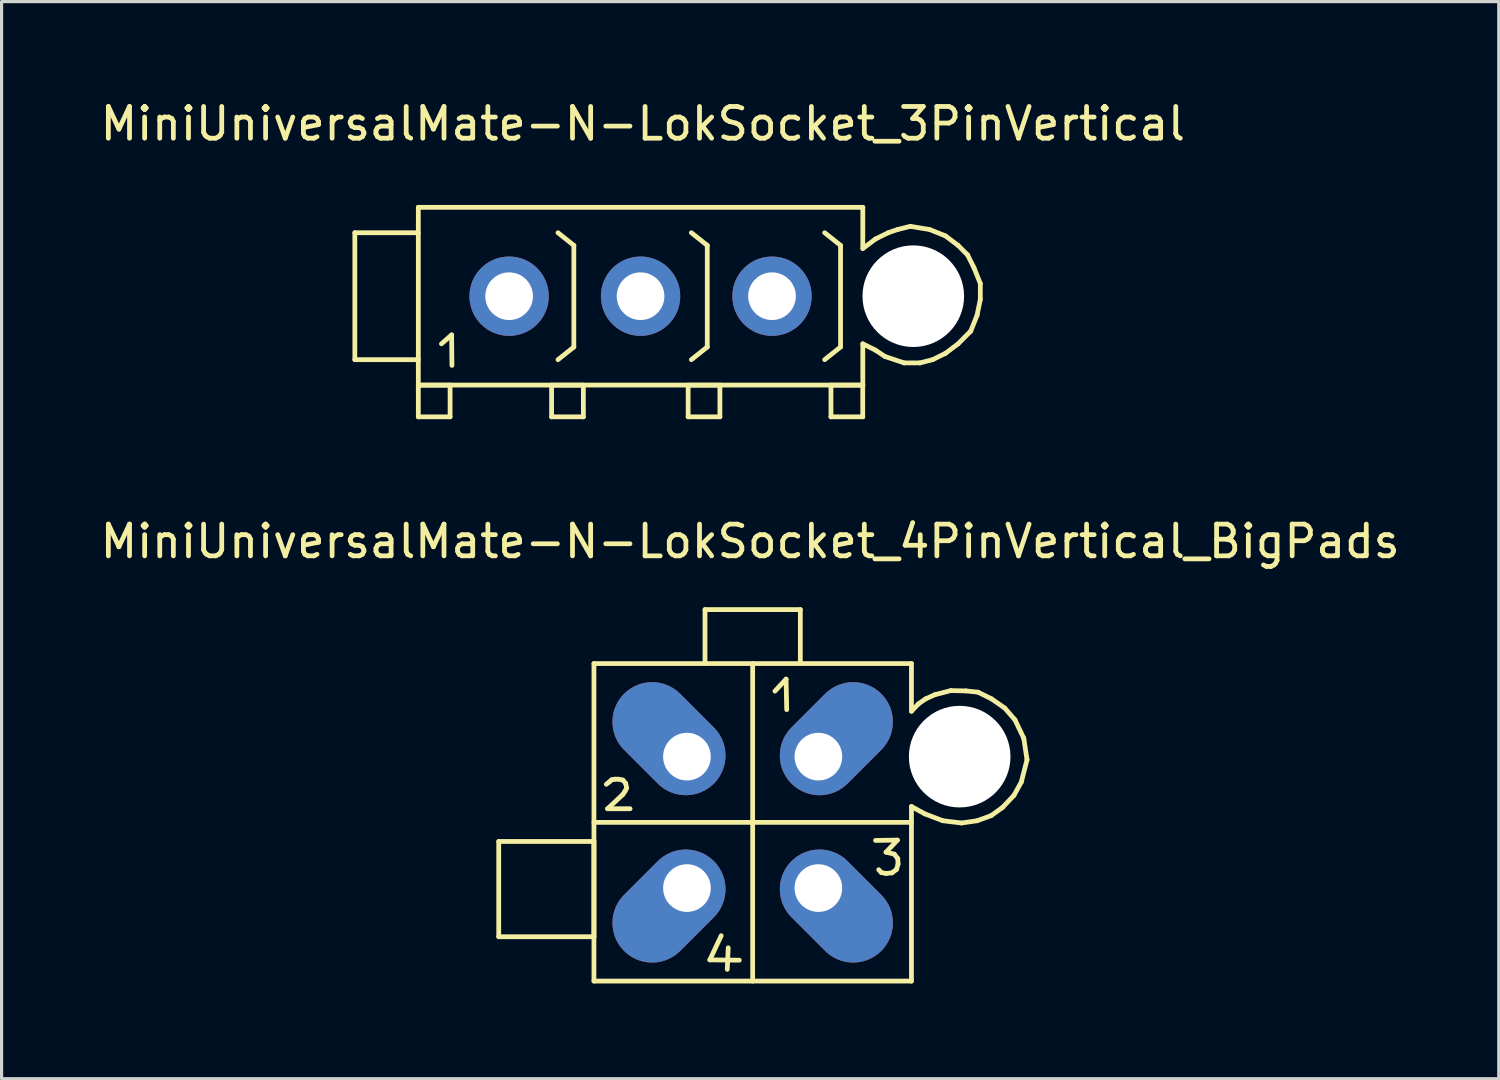
<source format=kicad_pcb>
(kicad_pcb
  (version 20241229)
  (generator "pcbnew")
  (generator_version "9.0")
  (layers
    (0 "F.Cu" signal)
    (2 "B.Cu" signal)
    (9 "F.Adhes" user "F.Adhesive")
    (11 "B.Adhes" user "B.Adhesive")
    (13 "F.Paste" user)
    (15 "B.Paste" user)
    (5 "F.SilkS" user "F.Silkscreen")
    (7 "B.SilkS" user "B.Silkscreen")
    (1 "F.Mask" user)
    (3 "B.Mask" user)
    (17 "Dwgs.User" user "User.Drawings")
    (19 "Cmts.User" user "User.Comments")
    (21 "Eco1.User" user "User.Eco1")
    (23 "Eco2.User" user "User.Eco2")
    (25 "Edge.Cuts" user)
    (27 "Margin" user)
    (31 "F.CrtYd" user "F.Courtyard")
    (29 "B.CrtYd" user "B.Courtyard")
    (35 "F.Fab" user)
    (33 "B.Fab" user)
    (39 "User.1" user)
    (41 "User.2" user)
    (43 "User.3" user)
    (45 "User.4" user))
  (footprint "MiniUniversalMate-N-LokSocket_4PinVertical_BigPads"
    (layer "F.Cu")
    (at 20.656 22.851)
    (property "Reference" "MiniUniversalMate-N-LokSocket_4PinVertical_BigPads" (at -0.079 -8.849 0) (layer "F.SilkS") (effects (font (size 1 1) (thickness 0.15))))
    (attr through_hole)
    (fp_line (start -7.998 0.602) (end -4.999 0.602) (stroke (width 0.15) (type solid)) (layer "F.SilkS"))
    (fp_line (start -7.998 3.602) (end -7.998 0.602) (stroke (width 0.15) (type solid)) (layer "F.SilkS"))
    (fp_line (start -4.999 -5.001) (end -4.999 4.999) (stroke (width 0.15) (type solid)) (layer "F.SilkS"))
    (fp_line (start -4.999 0) (end 5.001 0) (stroke (width 0.15) (type solid)) (layer "F.SilkS"))
    (fp_line (start -4.999 0.602) (end -4.999 3.602) (stroke (width 0.15) (type solid)) (layer "F.SilkS"))
    (fp_line (start -4.999 3.602) (end -7.998 3.602) (stroke (width 0.15) (type solid)) (layer "F.SilkS"))
    (fp_line (start -4.999 4.999) (end 5.001 4.999) (stroke (width 0.15) (type solid)) (layer "F.SilkS"))
    (fp_line (start -4.61 -1.199) (end -4.519 -1.27) (stroke (width 0.15) (type solid)) (layer "F.SilkS"))
    (fp_line (start -4.569 -0.429) (end -3.861 -0.429) (stroke (width 0.15) (type solid)) (layer "F.SilkS"))
    (fp_line (start -4.519 -1.27) (end -4.44 -1.341) (stroke (width 0.15) (type solid)) (layer "F.SilkS"))
    (fp_line (start -4.44 -1.341) (end -4.341 -1.359) (stroke (width 0.15) (type solid)) (layer "F.SilkS"))
    (fp_line (start -4.341 -1.359) (end -4.219 -1.359) (stroke (width 0.15) (type solid)) (layer "F.SilkS"))
    (fp_line (start -4.219 -1.359) (end -4.089 -1.331) (stroke (width 0.15) (type solid)) (layer "F.SilkS"))
    (fp_line (start -4.089 -1.331) (end -4 -1.229) (stroke (width 0.15) (type solid)) (layer "F.SilkS"))
    (fp_line (start -4.089 -0.879) (end -4.569 -0.429) (stroke (width 0.15) (type solid)) (layer "F.SilkS"))
    (fp_line (start -4.021 -0.98) (end -4.089 -0.879) (stroke (width 0.15) (type solid)) (layer "F.SilkS"))
    (fp_line (start -4 -1.229) (end -3.97 -1.079) (stroke (width 0.15) (type solid)) (layer "F.SilkS"))
    (fp_line (start -3.97 -1.079) (end -4.021 -0.98) (stroke (width 0.15) (type solid)) (layer "F.SilkS"))
    (fp_line (start -1.501 -6.701) (end -1.501 -5.001) (stroke (width 0.15) (type solid)) (layer "F.SilkS"))
    (fp_line (start -1.349 4.331) (end -0.419 4.341) (stroke (width 0.15) (type solid)) (layer "F.SilkS"))
    (fp_line (start -0.991 3.569) (end -1.349 4.331) (stroke (width 0.15) (type solid)) (layer "F.SilkS"))
    (fp_line (start -0.77 3.95) (end -0.8 4.63) (stroke (width 0.15) (type solid)) (layer "F.SilkS"))
    (fp_line (start 0 -5.001) (end 0 4.999) (stroke (width 0.15) (type solid)) (layer "F.SilkS"))
    (fp_line (start 0.701 -4.133) (end 1.052 -4.511) (stroke (width 0.15) (type solid)) (layer "F.SilkS"))
    (fp_line (start 1.052 -4.511) (end 1.072 -3.551) (stroke (width 0.15) (type solid)) (layer "F.SilkS"))
    (fp_line (start 1.501 -6.701) (end -1.501 -6.701) (stroke (width 0.15) (type solid)) (layer "F.SilkS"))
    (fp_line (start 1.501 -5.001) (end 1.501 -6.701) (stroke (width 0.15) (type solid)) (layer "F.SilkS"))
    (fp_line (start 3.871 0.569) (end 4.559 0.559) (stroke (width 0.15) (type solid)) (layer "F.SilkS"))
    (fp_line (start 4.051 1.58) (end 3.97 1.491) (stroke (width 0.15) (type solid)) (layer "F.SilkS"))
    (fp_line (start 4.201 0.94) (end 4.46 1.001) (stroke (width 0.15) (type solid)) (layer "F.SilkS"))
    (fp_line (start 4.201 1.61) (end 4.051 1.58) (stroke (width 0.15) (type solid)) (layer "F.SilkS"))
    (fp_line (start 4.389 1.59) (end 4.201 1.61) (stroke (width 0.15) (type solid)) (layer "F.SilkS"))
    (fp_line (start 4.46 1.001) (end 4.569 1.14) (stroke (width 0.15) (type solid)) (layer "F.SilkS"))
    (fp_line (start 4.531 1.481) (end 4.389 1.59) (stroke (width 0.15) (type solid)) (layer "F.SilkS"))
    (fp_line (start 4.559 0.559) (end 4.201 0.94) (stroke (width 0.15) (type solid)) (layer "F.SilkS"))
    (fp_line (start 4.569 1.14) (end 4.58 1.311) (stroke (width 0.15) (type solid)) (layer "F.SilkS"))
    (fp_line (start 4.58 1.311) (end 4.531 1.481) (stroke (width 0.15) (type solid)) (layer "F.SilkS"))
    (fp_line (start 5.001 -5.001) (end -4.999 -5.001) (stroke (width 0.15) (type solid)) (layer "F.SilkS"))
    (fp_line (start 5.001 -5.001) (end 5.001 -3.5) (stroke (width 0.15) (type solid)) (layer "F.SilkS"))
    (fp_line (start 5.001 -3.5) (end 5.22 -3.731) (stroke (width 0.15) (type solid)) (layer "F.SilkS"))
    (fp_line (start 5.001 4.999) (end 5.001 -0.5) (stroke (width 0.15) (type solid)) (layer "F.SilkS"))
    (fp_line (start 5.22 -3.731) (end 5.451 -3.891) (stroke (width 0.15) (type solid)) (layer "F.SilkS"))
    (fp_line (start 5.42 -0.269) (end 5.001 -0.5) (stroke (width 0.15) (type solid)) (layer "F.SilkS"))
    (fp_line (start 5.451 -3.891) (end 5.74 -4.021) (stroke (width 0.15) (type solid)) (layer "F.SilkS"))
    (fp_line (start 5.74 -4.021) (end 6.241 -4.15) (stroke (width 0.15) (type solid)) (layer "F.SilkS"))
    (fp_line (start 5.989 -0.051) (end 5.42 -0.269) (stroke (width 0.15) (type solid)) (layer "F.SilkS"))
    (fp_line (start 6.241 -4.15) (end 6.721 -4.14) (stroke (width 0.15) (type solid)) (layer "F.SilkS"))
    (fp_line (start 6.581 0.02) (end 5.989 -0.051) (stroke (width 0.15) (type solid)) (layer "F.SilkS"))
    (fp_line (start 6.721 -4.14) (end 7.099 -4.1) (stroke (width 0.15) (type solid)) (layer "F.SilkS"))
    (fp_line (start 7.071 -0.051) (end 6.581 0.02) (stroke (width 0.15) (type solid)) (layer "F.SilkS"))
    (fp_line (start 7.099 -4.1) (end 7.521 -3.891) (stroke (width 0.15) (type solid)) (layer "F.SilkS"))
    (fp_line (start 7.511 -0.211) (end 7.071 -0.051) (stroke (width 0.15) (type solid)) (layer "F.SilkS"))
    (fp_line (start 7.521 -3.891) (end 7.94 -3.599) (stroke (width 0.15) (type solid)) (layer "F.SilkS"))
    (fp_line (start 7.869 -0.47) (end 7.511 -0.211) (stroke (width 0.15) (type solid)) (layer "F.SilkS"))
    (fp_line (start 7.94 -3.599) (end 8.26 -3.231) (stroke (width 0.15) (type solid)) (layer "F.SilkS"))
    (fp_line (start 8.23 -0.851) (end 7.869 -0.47) (stroke (width 0.15) (type solid)) (layer "F.SilkS"))
    (fp_line (start 8.26 -3.231) (end 8.539 -2.649) (stroke (width 0.15) (type solid)) (layer "F.SilkS"))
    (fp_line (start 8.461 -1.27) (end 8.23 -0.851) (stroke (width 0.15) (type solid)) (layer "F.SilkS"))
    (fp_line (start 8.539 -2.649) (end 8.641 -1.971) (stroke (width 0.15) (type solid)) (layer "F.SilkS"))
    (fp_line (start 8.641 -1.971) (end 8.461 -1.27) (stroke (width 0.15) (type solid)) (layer "F.SilkS"))
    (pad "" np_thru_hole circle (at 6.52 -2.07 90) (size 3.2 3.2) (drill 3.2) (layers "*.Cu" "*.Mask"))
    (pad "1" thru_hole oval (at 2.07 -2.07 45) (size 4 2.499) (drill 1.501 (offset 0.8 0)) (layers "*.Cu" "*.Mask"))
    (pad "2" thru_hole oval (at -2.07 -2.07 315) (size 4 2.499) (drill 1.501 (offset -0.8 0)) (layers "*.Cu" "*.Mask"))
    (pad "3" thru_hole oval (at 2.07 2.07 315) (size 4 2.499) (drill 1.501 (offset 0.8 0)) (layers "*.Cu" "*.Mask"))
    (pad "4" thru_hole oval (at -2.07 2.07 45) (size 4 2.499) (drill 1.501 (offset -0.8 0)) (layers "*.Cu" "*.Mask")))
  (footprint "MiniUniversalMate-N-LokSocket_3PinVertical"
    (layer "F.Cu")
    (at 17.125 6.279)
    (property "Reference" "MiniUniversalMate-N-LokSocket_3PinVertical" (at 0.071 -5.431 0) (layer "F.SilkS") (effects (font (size 1 1) (thickness 0.15))))
    (attr through_hole)
    (fp_line (start -8.999 -1.999) (end -8.999 1.999) (stroke (width 0.15) (type solid)) (layer "F.SilkS"))
    (fp_line (start -8.999 1.999) (end -7 1.999) (stroke (width 0.15) (type solid)) (layer "F.SilkS"))
    (fp_line (start -7 -2.799) (end -7 2.799) (stroke (width 0.15) (type solid)) (layer "F.SilkS"))
    (fp_line (start -7 -2.799) (end 7 -2.799) (stroke (width 0.15) (type solid)) (layer "F.SilkS"))
    (fp_line (start -7 -1.999) (end -8.999 -1.999) (stroke (width 0.15) (type solid)) (layer "F.SilkS"))
    (fp_line (start -7 2.799) (end 7 2.799) (stroke (width 0.15) (type solid)) (layer "F.SilkS"))
    (fp_line (start -7 2.802) (end -5.999 2.802) (stroke (width 0.15) (type solid)) (layer "F.SilkS"))
    (fp_line (start -7 3.8) (end -7 2.802) (stroke (width 0.15) (type solid)) (layer "F.SilkS"))
    (fp_line (start -6.271 1.501) (end -5.951 1.219) (stroke (width 0.15) (type solid)) (layer "F.SilkS"))
    (fp_line (start -5.999 2.802) (end -5.999 3.8) (stroke (width 0.15) (type solid)) (layer "F.SilkS"))
    (fp_line (start -5.999 3.8) (end -7 3.8) (stroke (width 0.15) (type solid)) (layer "F.SilkS"))
    (fp_line (start -5.951 1.219) (end -5.941 2.179) (stroke (width 0.15) (type solid)) (layer "F.SilkS"))
    (fp_line (start -2.802 2.802) (end -1.801 2.802) (stroke (width 0.15) (type solid)) (layer "F.SilkS"))
    (fp_line (start -2.802 3.8) (end -2.802 2.802) (stroke (width 0.15) (type solid)) (layer "F.SilkS"))
    (fp_line (start -2.101 -1.6) (end -2.601 -1.999) (stroke (width 0.15) (type solid)) (layer "F.SilkS"))
    (fp_line (start -2.101 -1.6) (end -2.101 1.6) (stroke (width 0.15) (type solid)) (layer "F.SilkS"))
    (fp_line (start -2.101 1.6) (end -2.601 1.999) (stroke (width 0.15) (type solid)) (layer "F.SilkS"))
    (fp_line (start -1.801 2.802) (end -1.801 3.8) (stroke (width 0.15) (type solid)) (layer "F.SilkS"))
    (fp_line (start -1.801 3.8) (end -2.802 3.8) (stroke (width 0.15) (type solid)) (layer "F.SilkS"))
    (fp_line (start 1.499 2.802) (end 2.499 2.802) (stroke (width 0.15) (type solid)) (layer "F.SilkS"))
    (fp_line (start 1.499 3.8) (end 1.499 2.802) (stroke (width 0.15) (type solid)) (layer "F.SilkS"))
    (fp_line (start 2.101 -1.6) (end 1.6 -1.999) (stroke (width 0.15) (type solid)) (layer "F.SilkS"))
    (fp_line (start 2.101 -1.6) (end 2.101 1.6) (stroke (width 0.15) (type solid)) (layer "F.SilkS"))
    (fp_line (start 2.101 1.6) (end 1.6 1.999) (stroke (width 0.15) (type solid)) (layer "F.SilkS"))
    (fp_line (start 2.499 2.802) (end 2.499 3.8) (stroke (width 0.15) (type solid)) (layer "F.SilkS"))
    (fp_line (start 2.499 3.8) (end 1.499 3.8) (stroke (width 0.15) (type solid)) (layer "F.SilkS"))
    (fp_line (start 5.997 2.802) (end 6.998 2.802) (stroke (width 0.15) (type solid)) (layer "F.SilkS"))
    (fp_line (start 5.997 3.8) (end 5.997 2.802) (stroke (width 0.15) (type solid)) (layer "F.SilkS"))
    (fp_line (start 6.299 -1.6) (end 5.799 -1.999) (stroke (width 0.15) (type solid)) (layer "F.SilkS"))
    (fp_line (start 6.299 -1.6) (end 6.299 1.6) (stroke (width 0.15) (type solid)) (layer "F.SilkS"))
    (fp_line (start 6.299 1.6) (end 5.799 1.999) (stroke (width 0.15) (type solid)) (layer "F.SilkS"))
    (fp_line (start 6.998 2.802) (end 6.998 3.8) (stroke (width 0.15) (type solid)) (layer "F.SilkS"))
    (fp_line (start 6.998 3.8) (end 5.997 3.8) (stroke (width 0.15) (type solid)) (layer "F.SilkS"))
    (fp_line (start 7 -2.799) (end 7 -1.501) (stroke (width 0.15) (type solid)) (layer "F.SilkS"))
    (fp_line (start 7 -1.501) (end 7.399 -1.801) (stroke (width 0.15) (type solid)) (layer "F.SilkS"))
    (fp_line (start 7 2.799) (end 7 1.501) (stroke (width 0.15) (type solid)) (layer "F.SilkS"))
    (fp_line (start 7.399 -1.801) (end 7.8 -1.999) (stroke (width 0.15) (type solid)) (layer "F.SilkS"))
    (fp_line (start 7.399 1.699) (end 7 1.501) (stroke (width 0.15) (type solid)) (layer "F.SilkS"))
    (fp_line (start 7.699 1.9) (end 7.399 1.699) (stroke (width 0.15) (type solid)) (layer "F.SilkS"))
    (fp_line (start 7.8 -1.999) (end 8.1 -2.101) (stroke (width 0.15) (type solid)) (layer "F.SilkS"))
    (fp_line (start 8.1 -2.101) (end 8.499 -2.2) (stroke (width 0.15) (type solid)) (layer "F.SilkS"))
    (fp_line (start 8.301 2.101) (end 7.699 1.9) (stroke (width 0.15) (type solid)) (layer "F.SilkS"))
    (fp_line (start 8.499 -2.2) (end 9.101 -2.101) (stroke (width 0.15) (type solid)) (layer "F.SilkS"))
    (fp_line (start 8.801 2.101) (end 8.301 2.101) (stroke (width 0.15) (type solid)) (layer "F.SilkS"))
    (fp_line (start 9.101 -2.101) (end 9.601 -1.9) (stroke (width 0.15) (type solid)) (layer "F.SilkS"))
    (fp_line (start 9.2 1.999) (end 8.801 2.101) (stroke (width 0.15) (type solid)) (layer "F.SilkS"))
    (fp_line (start 9.601 -1.9) (end 10 -1.6) (stroke (width 0.15) (type solid)) (layer "F.SilkS"))
    (fp_line (start 9.601 1.801) (end 9.2 1.999) (stroke (width 0.15) (type solid)) (layer "F.SilkS"))
    (fp_line (start 10 -1.6) (end 10.3 -1.3) (stroke (width 0.15) (type solid)) (layer "F.SilkS"))
    (fp_line (start 10 1.501) (end 9.601 1.801) (stroke (width 0.15) (type solid)) (layer "F.SilkS"))
    (fp_line (start 10.3 -1.3) (end 10.5 -0.899) (stroke (width 0.15) (type solid)) (layer "F.SilkS"))
    (fp_line (start 10.399 1.1) (end 10 1.501) (stroke (width 0.15) (type solid)) (layer "F.SilkS"))
    (fp_line (start 10.5 -0.899) (end 10.701 -0.399) (stroke (width 0.15) (type solid)) (layer "F.SilkS"))
    (fp_line (start 10.599 0.599) (end 10.399 1.1) (stroke (width 0.15) (type solid)) (layer "F.SilkS"))
    (fp_line (start 10.701 -0.399) (end 10.701 0.099) (stroke (width 0.15) (type solid)) (layer "F.SilkS"))
    (fp_line (start 10.701 0.099) (end 10.599 0.599) (stroke (width 0.15) (type solid)) (layer "F.SilkS"))
    (pad "" np_thru_hole circle (at 8.59 0) (size 3.2 3.2) (drill 3.2) (layers "*.Cu" "*.Mask"))
    (pad "1" thru_hole circle (at -4.14 0 90) (size 2.499 2.499) (drill 1.501) (layers "*.Cu" "*.Mask"))
    (pad "2" thru_hole circle (at 0 0 90) (size 2.499 2.499) (drill 1.501) (layers "*.Cu" "*.Mask"))
    (pad "3" thru_hole circle (at 4.14 0 90) (size 2.499 2.499) (drill 1.501) (layers "*.Cu" "*.Mask")))
  (gr_rect
    (start -3 -3)
    (end 44.155 30.925)
    (stroke (width 0.1) (type default))
    (fill no)
    (layer "Edge.Cuts")))
</source>
